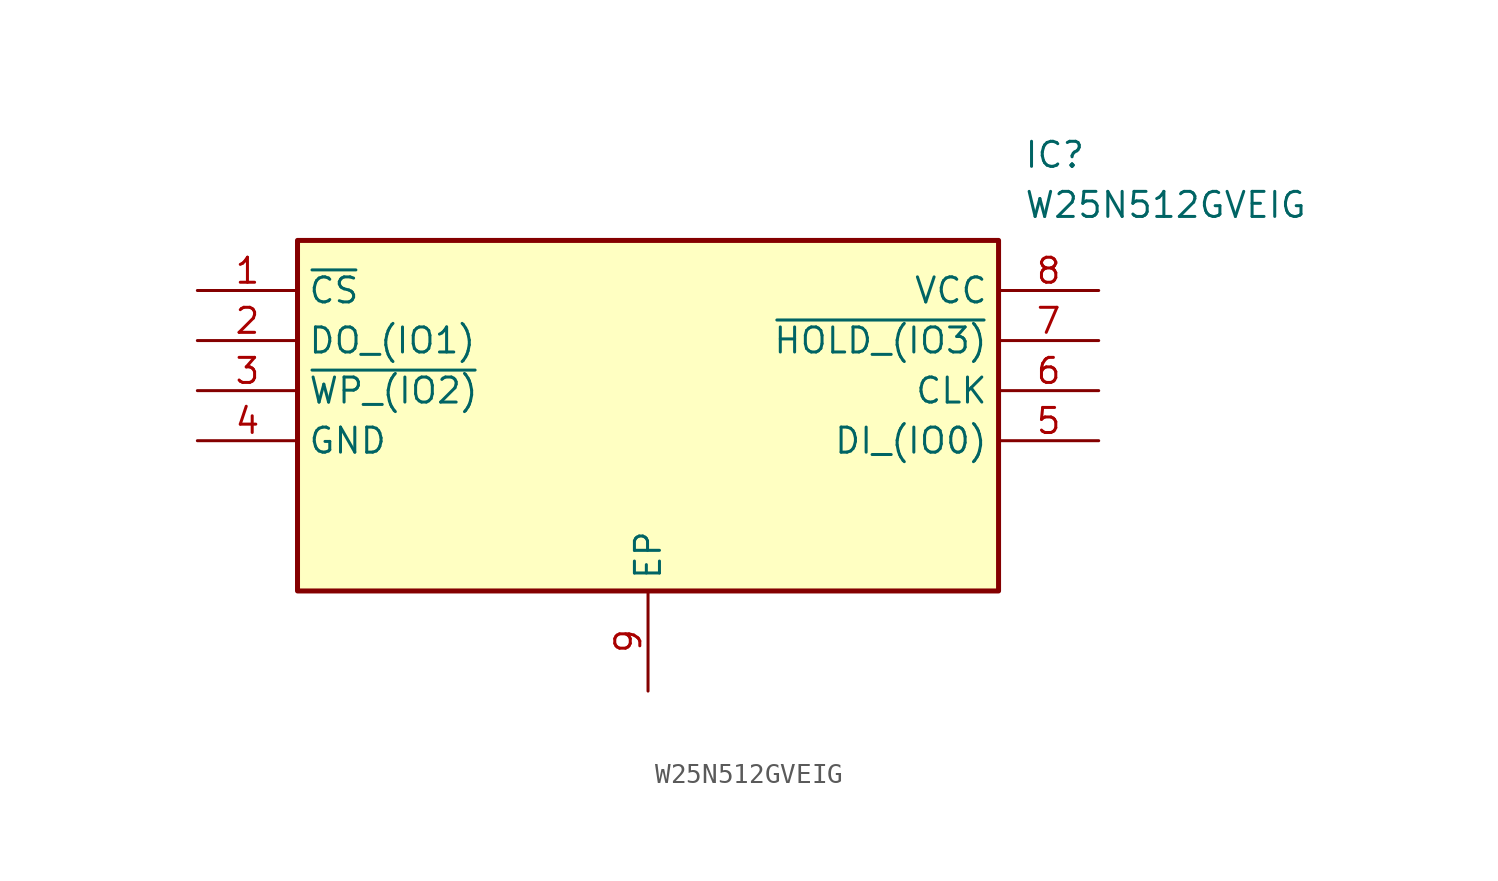
<source format=kicad_sym>
(kicad_symbol_lib
  (version 20211014)
  (generator SamacSys_ECAD_Model)
  (symbol "W25N512GVEIG"
    (property "Reference" "IC"
      (at 41.91 7.62 0)
      (effects (font (size 1.27 1.27)) (justify left top)))
    (property "Value" "W25N512GVEIG"
      (at 41.91 5.08 0)
      (effects (font (size 1.27 1.27)) (justify left top)))
    (rectangle
      (start 5.08 2.54)
      (end 40.64 -15.24)
      (stroke (width 0.254) (type default))
      (fill (type background)))
    (pin passive line
      (at 0 0 0)
      (length 5.08)
      (name "~{CS}" (effects (font (size 1.27 1.27))))
      (number "1" (effects (font (size 1.27 1.27)))))
    (pin passive line
      (at 0 -2.54 0)
      (length 5.08)
      (name "DO_(IO1)" (effects (font (size 1.27 1.27))))
      (number "2" (effects (font (size 1.27 1.27)))))
    (pin passive line
      (at 0 -5.08 0)
      (length 5.08)
      (name "~{WP_(IO2)}" (effects (font (size 1.27 1.27))))
      (number "3" (effects (font (size 1.27 1.27)))))
    (pin passive line
      (at 0 -7.62 0)
      (length 5.08)
      (name "GND" (effects (font (size 1.27 1.27))))
      (number "4" (effects (font (size 1.27 1.27)))))
    (pin passive line
      (at 22.86 -20.32 90)
      (length 5.08)
      (name "EP" (effects (font (size 1.27 1.27))))
      (number "9" (effects (font (size 1.27 1.27)))))
    (pin passive line
      (at 45.72 0 180)
      (length 5.08)
      (name "VCC" (effects (font (size 1.27 1.27))))
      (number "8" (effects (font (size 1.27 1.27)))))
    (pin passive line
      (at 45.72 -2.54 180)
      (length 5.08)
      (name "~{HOLD_(IO3)}" (effects (font (size 1.27 1.27))))
      (number "7" (effects (font (size 1.27 1.27)))))
    (pin passive line
      (at 45.72 -5.08 180)
      (length 5.08)
      (name "CLK" (effects (font (size 1.27 1.27))))
      (number "6" (effects (font (size 1.27 1.27)))))
    (pin passive line
      (at 45.72 -7.62 180)
      (length 5.08)
      (name "DI_(IO0)" (effects (font (size 1.27 1.27))))
      (number "5" (effects (font (size 1.27 1.27)))))))
</source>
